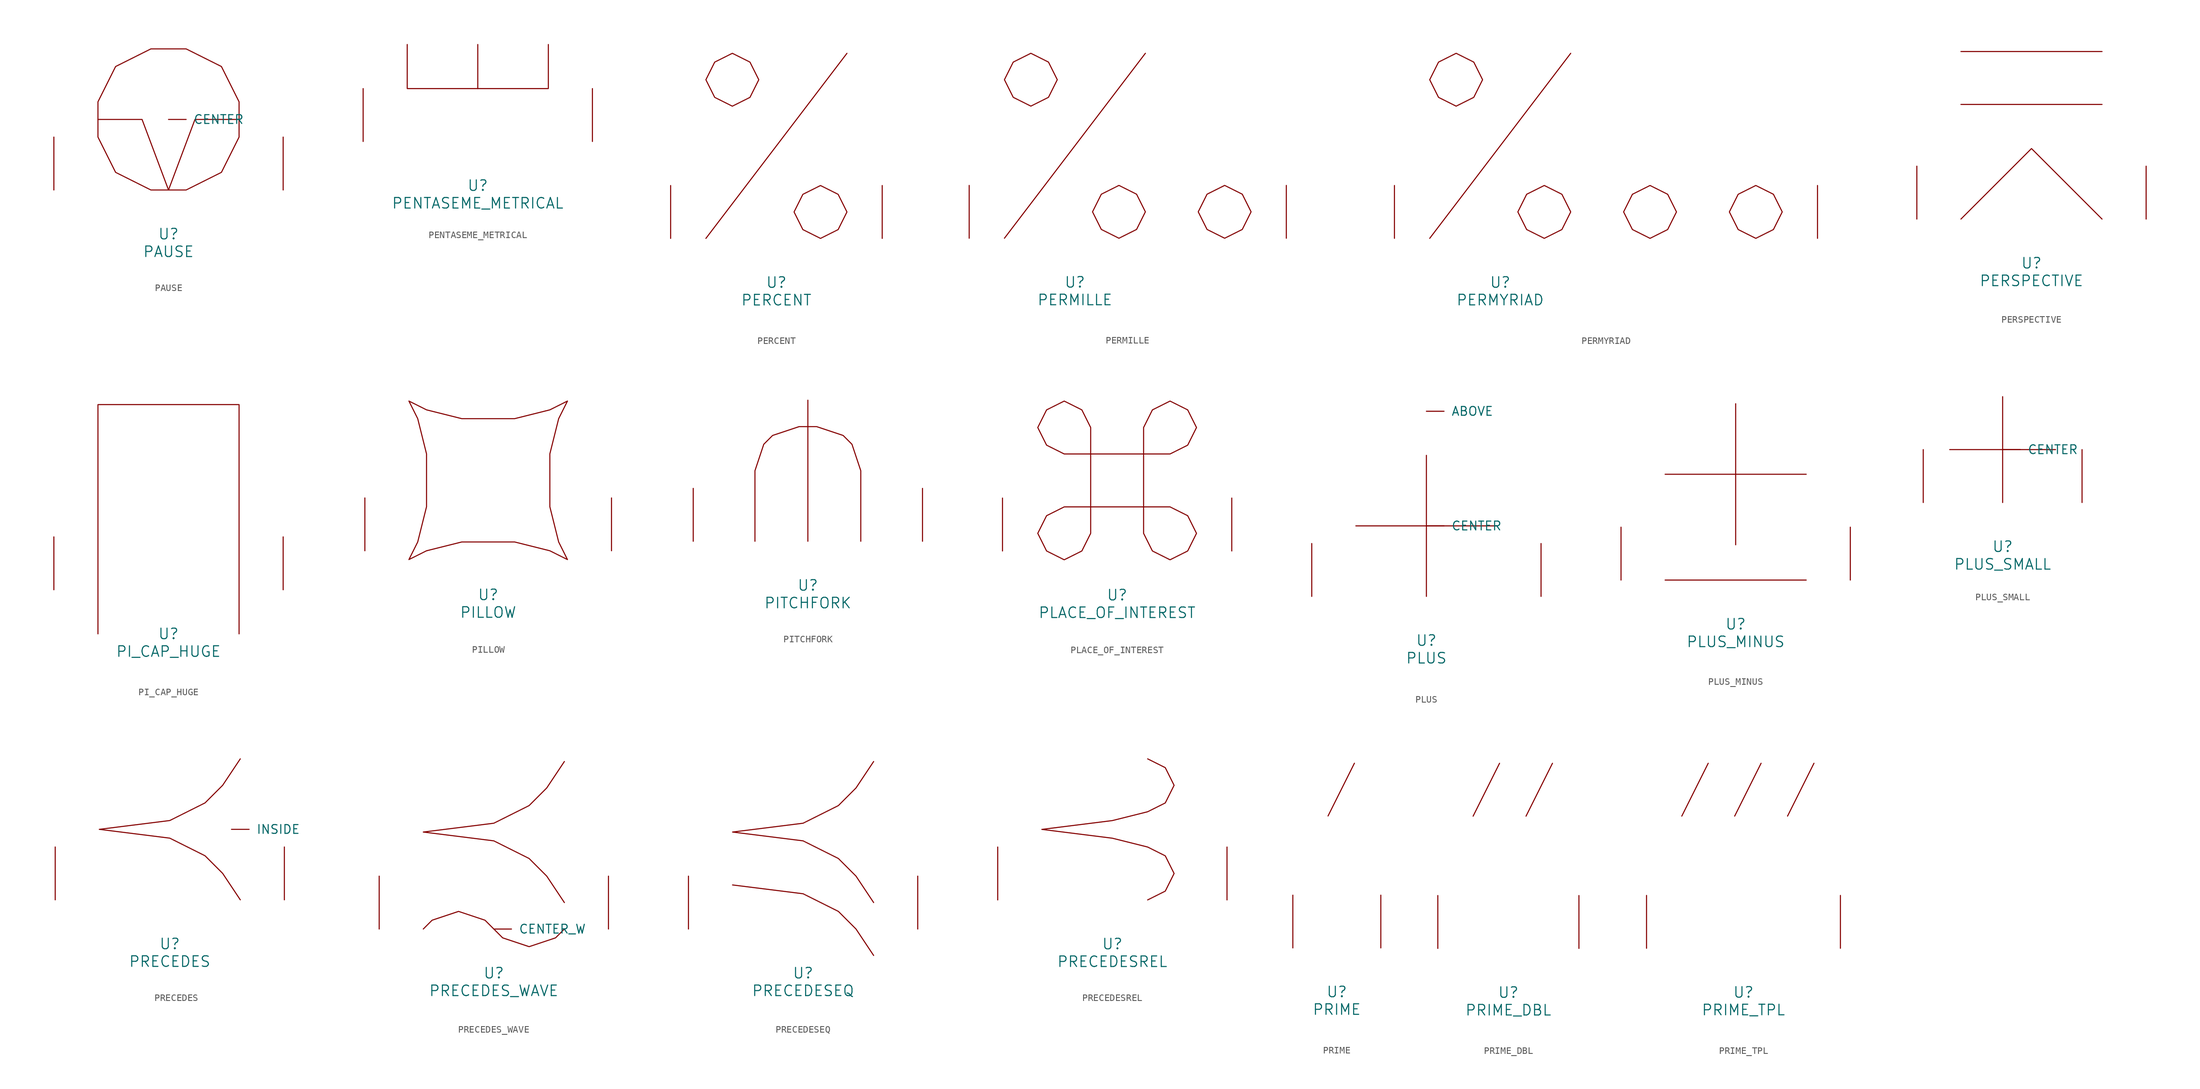
<source format=kicad_sym>
(kicad_symbol_lib
  (version 20220914)
  (generator font_lib2sym)
  (symbol "PAUSE"
    (pin_names
      (offset 1.016))
    (property "Reference" "U"
      (at 0 -6.35 0)
      (effects (font (size 1.524 1.524))))
    (property "Value" "PAUSE"
      (at 0 -8.89 0)
      (effects (font (size 1.524 1.524))))
    (symbol "PAUSE_0_1"
      (polyline (pts (xy -10.16 10.16) (xy -3.81 10.16) (xy 0 0) (xy 3.81 10.16) (xy 10.16 10.16)) (stroke (width 0) (type solid)) (fill (type none)))
      (polyline (pts (xy -2.54 20.32) (xy 2.54 20.32) (xy 7.62 17.78) (xy 10.16 12.7) (xy 10.16 7.62) (xy 7.62 2.54) (xy 2.54 0) (xy -2.54 0) (xy -7.62 2.54) (xy -10.16 7.62) (xy -10.16 12.7) (xy -7.62 17.78) (xy -2.54 20.32)) (stroke (width 0) (type solid)) (fill (type none)))
      (pin input line (at 0 10.16 0) (length 2.54) (name "CENTER" (effects (font (size 1.27 1.27)))) (number "~" (effects (font (size 1.27 1.27)))))
      (pin input line (at -16.51 0 90) (length 7.62) (name "~" (effects (font (size 1.27 1.27)))) (number "~" (effects (font (size 1.27 1.27)))))
      (pin input line (at 16.51 0 90) (length 7.62) (name "~" (effects (font (size 1.27 1.27)))) (number "~" (effects (font (size 1.27 1.27)))))))
  (symbol "PENTASEME_METRICAL"
    (pin_names
      (offset 1.016))
    (property "Reference" "U"
      (at 0 -6.35 0)
      (effects (font (size 1.524 1.524))))
    (property "Value" "PENTASEME_METRICAL"
      (at 0 -8.89 0)
      (effects (font (size 1.524 1.524))))
    (symbol "PENTASEME_METRICAL_0_1"
      (polyline (pts (xy 0 13.97) (xy 0 7.62)) (stroke (width 0) (type solid)) (fill (type none)))
      (polyline (pts (xy -10.16 13.97) (xy -10.16 7.62) (xy 10.16 7.62) (xy 10.16 13.97)) (stroke (width 0) (type solid)) (fill (type none)))
      (pin input line (at -16.51 0 90) (length 7.62) (name "~" (effects (font (size 1.27 1.27)))) (number "~" (effects (font (size 1.27 1.27)))))
      (pin input line (at 16.51 0 90) (length 7.62) (name "~" (effects (font (size 1.27 1.27)))) (number "~" (effects (font (size 1.27 1.27)))))))
  (symbol "PERCENT"
    (pin_names
      (offset 1.016))
    (property "Reference" "U"
      (at 0 -6.35 0)
      (effects (font (size 1.524 1.524))))
    (property "Value" "PERCENT"
      (at 0 -8.89 0)
      (effects (font (size 1.524 1.524))))
    (symbol "PERCENT_0_1"
      (polyline (pts (xy -10.16 0) (xy 10.16 26.67)) (stroke (width 0) (type solid)) (fill (type none)))
      (polyline (pts (xy -6.35 26.67) (xy -3.81 25.4) (xy -2.54 22.86) (xy -3.81 20.32) (xy -6.35 19.05) (xy -8.89 20.32) (xy -10.16 22.86) (xy -8.89 25.4) (xy -6.35 26.67)) (stroke (width 0) (type solid)) (fill (type none)))
      (polyline (pts (xy 8.89 1.27) (xy 10.16 3.81) (xy 8.89 6.35) (xy 6.35 7.62) (xy 3.81 6.35) (xy 2.54 3.81) (xy 3.81 1.27) (xy 6.35 0) (xy 8.89 1.27) (xy 8.89 1.27)) (stroke (width 0) (type solid)) (fill (type none)))
      (pin input line (at -15.24 0 90) (length 7.62) (name "~" (effects (font (size 1.27 1.27)))) (number "~" (effects (font (size 1.27 1.27)))))
      (pin input line (at 15.24 0 90) (length 7.62) (name "~" (effects (font (size 1.27 1.27)))) (number "~" (effects (font (size 1.27 1.27)))))))
  (symbol "PERMILLE"
    (pin_names
      (offset 1.016))
    (property "Reference" "U"
      (at 0 -6.35 0)
      (effects (font (size 1.524 1.524))))
    (property "Value" "PERMILLE"
      (at 0 -8.89 0)
      (effects (font (size 1.524 1.524))))
    (symbol "PERMILLE_0_1"
      (polyline (pts (xy -10.16 0) (xy 10.16 26.67)) (stroke (width 0) (type solid)) (fill (type none)))
      (polyline (pts (xy -6.35 26.67) (xy -3.81 25.4) (xy -2.54 22.86) (xy -3.81 20.32) (xy -6.35 19.05) (xy -8.89 20.32) (xy -10.16 22.86) (xy -8.89 25.4) (xy -6.35 26.67)) (stroke (width 0) (type solid)) (fill (type none)))
      (polyline (pts (xy 21.59 7.62) (xy 24.13 6.35) (xy 25.4 3.81) (xy 24.13 1.27) (xy 21.59 0) (xy 19.05 1.27) (xy 17.78 3.81) (xy 19.05 6.35) (xy 21.59 7.62)) (stroke (width 0) (type solid)) (fill (type none)))
      (polyline (pts (xy 8.89 1.27) (xy 10.16 3.81) (xy 8.89 6.35) (xy 6.35 7.62) (xy 3.81 6.35) (xy 2.54 3.81) (xy 3.81 1.27) (xy 6.35 0) (xy 8.89 1.27) (xy 8.89 1.27)) (stroke (width 0) (type solid)) (fill (type none)))
      (pin input line (at -15.24 0 90) (length 7.62) (name "~" (effects (font (size 1.27 1.27)))) (number "~" (effects (font (size 1.27 1.27)))))
      (pin input line (at 30.48 0 90) (length 7.62) (name "~" (effects (font (size 1.27 1.27)))) (number "~" (effects (font (size 1.27 1.27)))))))
  (symbol "PERMYRIAD"
    (pin_names
      (offset 1.016))
    (property "Reference" "U"
      (at 0 -6.35 0)
      (effects (font (size 1.524 1.524))))
    (property "Value" "PERMYRIAD"
      (at 0 -8.89 0)
      (effects (font (size 1.524 1.524))))
    (symbol "PERMYRIAD_0_1"
      (polyline (pts (xy -10.16 0) (xy 10.16 26.67)) (stroke (width 0) (type solid)) (fill (type none)))
      (polyline (pts (xy -6.35 26.67) (xy -3.81 25.4) (xy -2.54 22.86) (xy -3.81 20.32) (xy -6.35 19.05) (xy -8.89 20.32) (xy -10.16 22.86) (xy -8.89 25.4) (xy -6.35 26.67)) (stroke (width 0) (type solid)) (fill (type none)))
      (polyline (pts (xy 21.59 7.62) (xy 24.13 6.35) (xy 25.4 3.81) (xy 24.13 1.27) (xy 21.59 0) (xy 19.05 1.27) (xy 17.78 3.81) (xy 19.05 6.35) (xy 21.59 7.62)) (stroke (width 0) (type solid)) (fill (type none)))
      (polyline (pts (xy 36.83 7.62) (xy 39.37 6.35) (xy 40.64 3.81) (xy 39.37 1.27) (xy 36.83 0) (xy 34.29 1.27) (xy 33.02 3.81) (xy 34.29 6.35) (xy 36.83 7.62)) (stroke (width 0) (type solid)) (fill (type none)))
      (polyline (pts (xy 8.89 1.27) (xy 10.16 3.81) (xy 8.89 6.35) (xy 6.35 7.62) (xy 3.81 6.35) (xy 2.54 3.81) (xy 3.81 1.27) (xy 6.35 0) (xy 8.89 1.27) (xy 8.89 1.27)) (stroke (width 0) (type solid)) (fill (type none)))
      (pin input line (at -15.24 0 90) (length 7.62) (name "~" (effects (font (size 1.27 1.27)))) (number "~" (effects (font (size 1.27 1.27)))))
      (pin input line (at 45.72 0 90) (length 7.62) (name "~" (effects (font (size 1.27 1.27)))) (number "~" (effects (font (size 1.27 1.27)))))))
  (symbol "PERSPECTIVE"
    (pin_names
      (offset 1.016))
    (property "Reference" "U"
      (at 0 -6.35 0)
      (effects (font (size 1.524 1.524))))
    (property "Value" "PERSPECTIVE"
      (at 0 -8.89 0)
      (effects (font (size 1.524 1.524))))
    (symbol "PERSPECTIVE_0_1"
      (polyline (pts (xy -10.16 16.51) (xy 10.16 16.51)) (stroke (width 0) (type solid)) (fill (type none)))
      (polyline (pts (xy -10.16 24.13) (xy 10.16 24.13)) (stroke (width 0) (type solid)) (fill (type none)))
      (polyline (pts (xy -10.16 0) (xy 0 10.16) (xy 10.16 0)) (stroke (width 0) (type solid)) (fill (type none)))
      (pin input line (at -16.51 0 90) (length 7.62) (name "~" (effects (font (size 1.27 1.27)))) (number "~" (effects (font (size 1.27 1.27)))))
      (pin input line (at 16.51 0 90) (length 7.62) (name "~" (effects (font (size 1.27 1.27)))) (number "~" (effects (font (size 1.27 1.27)))))))
  (symbol "PI_CAP_HUGE"
    (pin_names
      (offset 1.016))
    (property "Reference" "U"
      (at 0 -6.35 0)
      (effects (font (size 1.524 1.524))))
    (property "Value" "PI_CAP_HUGE"
      (at 0 -8.89 0)
      (effects (font (size 1.524 1.524))))
    (symbol "PI_CAP_HUGE_0_1"
      (polyline (pts (xy 10.16 -6.35) (xy 10.16 26.67) (xy -10.16 26.67) (xy -10.16 -6.35)) (stroke (width 0) (type solid)) (fill (type none)))
      (pin input line (at -16.51 0 90) (length 7.62) (name "~" (effects (font (size 1.27 1.27)))) (number "~" (effects (font (size 1.27 1.27)))))
      (pin input line (at 16.51 0 90) (length 7.62) (name "~" (effects (font (size 1.27 1.27)))) (number "~" (effects (font (size 1.27 1.27)))))))
  (symbol "PILLOW"
    (pin_names
      (offset 1.016))
    (property "Reference" "U"
      (at 0 -6.35 0)
      (effects (font (size 1.524 1.524))))
    (property "Value" "PILLOW"
      (at 0 -8.89 0)
      (effects (font (size 1.524 1.524))))
    (symbol "PILLOW_0_1"
      (polyline (pts (xy 11.43 21.59) (xy 10.16 19.05) (xy 8.89 13.97) (xy 8.89 6.35) (xy 10.16 1.27) (xy 11.43 -1.27) (xy 8.89 0) (xy 3.81 1.27) (xy -3.81 1.27) (xy -8.89 0) (xy -11.43 -1.27) (xy -10.16 1.27) (xy -8.89 6.35) (xy -8.89 13.97) (xy -10.16 19.05) (xy -11.43 21.59) (xy -8.89 20.32) (xy -3.81 19.05) (xy 3.81 19.05) (xy 8.89 20.32) (xy 11.43 21.59)) (stroke (width 0) (type solid)) (fill (type none)))
      (pin input line (at -17.78 0 90) (length 7.62) (name "~" (effects (font (size 1.27 1.27)))) (number "~" (effects (font (size 1.27 1.27)))))
      (pin input line (at 17.78 0 90) (length 7.62) (name "~" (effects (font (size 1.27 1.27)))) (number "~" (effects (font (size 1.27 1.27)))))))
  (symbol "PITCHFORK"
    (pin_names
      (offset 1.016))
    (property "Reference" "U"
      (at 0 -6.35 0)
      (effects (font (size 1.524 1.524))))
    (property "Value" "PITCHFORK"
      (at 0 -8.89 0)
      (effects (font (size 1.524 1.524))))
    (symbol "PITCHFORK_0_1"
      (polyline (pts (xy 0 20.32) (xy 0 0)) (stroke (width 0) (type solid)) (fill (type none)))
      (polyline (pts (xy -7.62 0) (xy -7.62 10.16) (xy -6.35 13.97) (xy -5.08 15.24) (xy -1.27 16.51) (xy 1.27 16.51) (xy 5.08 15.24) (xy 6.35 13.97) (xy 7.62 10.16) (xy 7.62 0)) (stroke (width 0) (type solid)) (fill (type none)))
      (pin input line (at -16.51 0 90) (length 7.62) (name "~" (effects (font (size 1.27 1.27)))) (number "~" (effects (font (size 1.27 1.27)))))
      (pin input line (at 16.51 0 90) (length 7.62) (name "~" (effects (font (size 1.27 1.27)))) (number "~" (effects (font (size 1.27 1.27)))))))
  (symbol "PLACE_OF_INTEREST"
    (pin_names
      (offset 1.016))
    (property "Reference" "U"
      (at 0 -6.35 0)
      (effects (font (size 1.524 1.524))))
    (property "Value" "PLACE_OF_INTEREST"
      (at 0 -8.89 0)
      (effects (font (size 1.524 1.524))))
    (symbol "PLACE_OF_INTEREST_0_1"
      (polyline (pts (xy -7.62 13.97) (xy 7.62 13.97) (xy 10.16 15.24) (xy 11.43 17.78) (xy 10.16 20.32) (xy 7.62 21.59) (xy 5.08 20.32) (xy 3.81 17.78) (xy 3.81 2.54) (xy 5.08 0) (xy 7.62 -1.27) (xy 10.16 0) (xy 11.43 2.54) (xy 10.16 5.08) (xy 7.62 6.35) (xy -7.62 6.35) (xy -10.16 5.08) (xy -11.43 2.54) (xy -10.16 0) (xy -7.62 -1.27) (xy -5.08 0) (xy -3.81 2.54) (xy -3.81 17.78) (xy -5.08 20.32) (xy -7.62 21.59) (xy -10.16 20.32) (xy -11.43 17.78) (xy -10.16 15.24) (xy -7.62 13.97)) (stroke (width 0) (type solid)) (fill (type none)))
      (pin input line (at -16.51 0 90) (length 7.62) (name "~" (effects (font (size 1.27 1.27)))) (number "~" (effects (font (size 1.27 1.27)))))
      (pin input line (at 16.51 0 90) (length 7.62) (name "~" (effects (font (size 1.27 1.27)))) (number "~" (effects (font (size 1.27 1.27)))))))
  (symbol "PLUS"
    (pin_names
      (offset 1.016))
    (property "Reference" "U"
      (at 0 -6.35 0)
      (effects (font (size 1.524 1.524))))
    (property "Value" "PLUS"
      (at 0 -8.89 0)
      (effects (font (size 1.524 1.524))))
    (symbol "PLUS_0_1"
      (polyline (pts (xy -10.16 10.16) (xy 10.16 10.16)) (stroke (width 0) (type solid)) (fill (type none)))
      (polyline (pts (xy 0 0) (xy 0 20.32)) (stroke (width 0) (type solid)) (fill (type none)))
      (pin input line (at 0 26.67 0) (length 2.54) (name "ABOVE" (effects (font (size 1.27 1.27)))) (number "~" (effects (font (size 1.27 1.27)))))
      (pin input line (at 0 10.16 0) (length 2.54) (name "CENTER" (effects (font (size 1.27 1.27)))) (number "~" (effects (font (size 1.27 1.27)))))
      (pin input line (at -16.51 0 90) (length 7.62) (name "~" (effects (font (size 1.27 1.27)))) (number "~" (effects (font (size 1.27 1.27)))))
      (pin input line (at 16.51 0 90) (length 7.62) (name "~" (effects (font (size 1.27 1.27)))) (number "~" (effects (font (size 1.27 1.27)))))))
  (symbol "PLUS_MINUS"
    (pin_names
      (offset 1.016))
    (property "Reference" "U"
      (at 0 -6.35 0)
      (effects (font (size 1.524 1.524))))
    (property "Value" "PLUS_MINUS"
      (at 0 -8.89 0)
      (effects (font (size 1.524 1.524))))
    (symbol "PLUS_MINUS_0_1"
      (polyline (pts (xy -10.16 15.24) (xy 10.16 15.24)) (stroke (width 0) (type solid)) (fill (type none)))
      (polyline (pts (xy 0 5.08) (xy 0 25.4)) (stroke (width 0) (type solid)) (fill (type none)))
      (polyline (pts (xy 10.16 0) (xy -10.16 0)) (stroke (width 0) (type solid)) (fill (type none)))
      (pin input line (at -16.51 0 90) (length 7.62) (name "~" (effects (font (size 1.27 1.27)))) (number "~" (effects (font (size 1.27 1.27)))))
      (pin input line (at 16.51 0 90) (length 7.62) (name "~" (effects (font (size 1.27 1.27)))) (number "~" (effects (font (size 1.27 1.27)))))))
  (symbol "PLUS_SMALL"
    (pin_names
      (offset 1.016))
    (property "Reference" "U"
      (at 0 -6.35 0)
      (effects (font (size 1.524 1.524))))
    (property "Value" "PLUS_SMALL"
      (at 0 -8.89 0)
      (effects (font (size 1.524 1.524))))
    (symbol "PLUS_SMALL_0_1"
      (polyline (pts (xy -7.62 7.62) (xy 7.62 7.62)) (stroke (width 0) (type solid)) (fill (type none)))
      (polyline (pts (xy 0 15.24) (xy 0 0)) (stroke (width 0) (type solid)) (fill (type none)))
      (pin input line (at 0 7.62 0) (length 2.54) (name "CENTER" (effects (font (size 1.27 1.27)))) (number "~" (effects (font (size 1.27 1.27)))))
      (pin input line (at -11.43 0 90) (length 7.62) (name "~" (effects (font (size 1.27 1.27)))) (number "~" (effects (font (size 1.27 1.27)))))
      (pin input line (at 11.43 0 90) (length 7.62) (name "~" (effects (font (size 1.27 1.27)))) (number "~" (effects (font (size 1.27 1.27)))))))
  (symbol "PRECEDES"
    (pin_names
      (offset 1.016))
    (property "Reference" "U"
      (at 0 -6.35 0)
      (effects (font (size 1.524 1.524))))
    (property "Value" "PRECEDES"
      (at 0 -8.89 0)
      (effects (font (size 1.524 1.524))))
    (symbol "PRECEDES_0_1"
      (polyline (pts (xy 10.16 20.32) (xy 7.62 16.51) (xy 5.08 13.97) (xy 0 11.43) (xy -10.16 10.16) (xy 0 8.89) (xy 5.08 6.35) (xy 7.62 3.81) (xy 10.16 0)) (stroke (width 0) (type solid)) (fill (type none)))
      (pin input line (at 8.89 10.16 0) (length 2.54) (name "INSIDE" (effects (font (size 1.27 1.27)))) (number "~" (effects (font (size 1.27 1.27)))))
      (pin input line (at -16.51 0 90) (length 7.62) (name "~" (effects (font (size 1.27 1.27)))) (number "~" (effects (font (size 1.27 1.27)))))
      (pin input line (at 16.51 0 90) (length 7.62) (name "~" (effects (font (size 1.27 1.27)))) (number "~" (effects (font (size 1.27 1.27)))))))
  (symbol "PRECEDES_WAVE"
    (pin_names
      (offset 1.016))
    (property "Reference" "U"
      (at 0 -6.35 0)
      (effects (font (size 1.524 1.524))))
    (property "Value" "PRECEDES_WAVE"
      (at 0 -8.89 0)
      (effects (font (size 1.524 1.524))))
    (symbol "PRECEDES_WAVE_0_1"
      (polyline (pts (xy -10.16 0) (xy -8.89 1.27) (xy -5.08 2.54) (xy -1.27 1.27) (xy 1.27 -1.27) (xy 5.08 -2.54) (xy 8.89 -1.27) (xy 10.16 0)) (stroke (width 0) (type solid)) (fill (type none)))
      (polyline (pts (xy 10.16 24.13) (xy 7.62 20.32) (xy 5.08 17.78) (xy 0 15.24) (xy -10.16 13.97) (xy 0 12.7) (xy 5.08 10.16) (xy 7.62 7.62) (xy 10.16 3.81)) (stroke (width 0) (type solid)) (fill (type none)))
      (pin input line (at 0 0 0) (length 2.54) (name "CENTER_W" (effects (font (size 1.27 1.27)))) (number "~" (effects (font (size 1.27 1.27)))))
      (pin input line (at -16.51 0 90) (length 7.62) (name "~" (effects (font (size 1.27 1.27)))) (number "~" (effects (font (size 1.27 1.27)))))
      (pin input line (at 16.51 0 90) (length 7.62) (name "~" (effects (font (size 1.27 1.27)))) (number "~" (effects (font (size 1.27 1.27)))))))
  (symbol "PRECEDESEQ"
    (pin_names
      (offset 1.016))
    (property "Reference" "U"
      (at 0 -6.35 0)
      (effects (font (size 1.524 1.524))))
    (property "Value" "PRECEDESEQ"
      (at 0 -8.89 0)
      (effects (font (size 1.524 1.524))))
    (symbol "PRECEDESEQ_0_1"
      (polyline (pts (xy -10.16 6.35) (xy 0 5.08) (xy 5.08 2.54) (xy 7.62 0) (xy 10.16 -3.81)) (stroke (width 0) (type solid)) (fill (type none)))
      (polyline (pts (xy 10.16 24.13) (xy 7.62 20.32) (xy 5.08 17.78) (xy 0 15.24) (xy -10.16 13.97) (xy 0 12.7) (xy 5.08 10.16) (xy 7.62 7.62) (xy 10.16 3.81)) (stroke (width 0) (type solid)) (fill (type none)))
      (pin input line (at -16.51 0 90) (length 7.62) (name "~" (effects (font (size 1.27 1.27)))) (number "~" (effects (font (size 1.27 1.27)))))
      (pin input line (at 16.51 0 90) (length 7.62) (name "~" (effects (font (size 1.27 1.27)))) (number "~" (effects (font (size 1.27 1.27)))))))
  (symbol "PRECEDESREL"
    (pin_names
      (offset 1.016))
    (property "Reference" "U"
      (at 0 -6.35 0)
      (effects (font (size 1.524 1.524))))
    (property "Value" "PRECEDESREL"
      (at 0 -8.89 0)
      (effects (font (size 1.524 1.524))))
    (symbol "PRECEDESREL_0_1"
      (polyline (pts (xy 5.08 20.32) (xy 7.62 19.05) (xy 8.89 16.51) (xy 7.62 13.97) (xy 5.08 12.7) (xy 0 11.43) (xy -10.16 10.16) (xy 0 8.89) (xy 5.08 7.62) (xy 7.62 6.35) (xy 8.89 3.81) (xy 7.62 1.27) (xy 5.08 0)) (stroke (width 0) (type solid)) (fill (type none)))
      (pin input line (at -16.51 0 90) (length 7.62) (name "~" (effects (font (size 1.27 1.27)))) (number "~" (effects (font (size 1.27 1.27)))))
      (pin input line (at 16.51 0 90) (length 7.62) (name "~" (effects (font (size 1.27 1.27)))) (number "~" (effects (font (size 1.27 1.27)))))))
  (symbol "PRIME"
    (pin_names
      (offset 1.016))
    (property "Reference" "U"
      (at 0 -6.35 0)
      (effects (font (size 1.524 1.524))))
    (property "Value" "PRIME"
      (at 0 -8.89 0)
      (effects (font (size 1.524 1.524))))
    (symbol "PRIME_0_1"
      (polyline (pts (xy 2.54 26.67) (xy -1.27 19.05)) (stroke (width 0) (type solid)) (fill (type none)))
      (pin input line (at -6.35 0 90) (length 7.62) (name "~" (effects (font (size 1.27 1.27)))) (number "~" (effects (font (size 1.27 1.27)))))
      (pin input line (at 6.35 0 90) (length 7.62) (name "~" (effects (font (size 1.27 1.27)))) (number "~" (effects (font (size 1.27 1.27)))))))
  (symbol "PRIME_DBL"
    (pin_names
      (offset 1.016))
    (property "Reference" "U"
      (at 0 -6.35 0)
      (effects (font (size 1.524 1.524))))
    (property "Value" "PRIME_DBL"
      (at 0 -8.89 0)
      (effects (font (size 1.524 1.524))))
    (symbol "PRIME_DBL_0_1"
      (polyline (pts (xy -1.27 26.67) (xy -5.08 19.05)) (stroke (width 0) (type solid)) (fill (type none)))
      (polyline (pts (xy 6.35 26.67) (xy 2.54 19.05)) (stroke (width 0) (type solid)) (fill (type none)))
      (pin input line (at -10.16 0 90) (length 7.62) (name "~" (effects (font (size 1.27 1.27)))) (number "~" (effects (font (size 1.27 1.27)))))
      (pin input line (at 10.16 0 90) (length 7.62) (name "~" (effects (font (size 1.27 1.27)))) (number "~" (effects (font (size 1.27 1.27)))))))
  (symbol "PRIME_TPL"
    (pin_names
      (offset 1.016))
    (property "Reference" "U"
      (at 0 -6.35 0)
      (effects (font (size 1.524 1.524))))
    (property "Value" "PRIME_TPL"
      (at 0 -8.89 0)
      (effects (font (size 1.524 1.524))))
    (symbol "PRIME_TPL_0_1"
      (polyline (pts (xy -5.08 26.67) (xy -8.89 19.05)) (stroke (width 0) (type solid)) (fill (type none)))
      (polyline (pts (xy 2.54 26.67) (xy -1.27 19.05)) (stroke (width 0) (type solid)) (fill (type none)))
      (polyline (pts (xy 10.16 26.67) (xy 6.35 19.05)) (stroke (width 0) (type solid)) (fill (type none)))
      (pin input line (at -13.97 0 90) (length 7.62) (name "~" (effects (font (size 1.27 1.27)))) (number "~" (effects (font (size 1.27 1.27)))))
      (pin input line (at 13.97 0 90) (length 7.62) (name "~" (effects (font (size 1.27 1.27)))) (number "~" (effects (font (size 1.27 1.27))))))))
</source>
